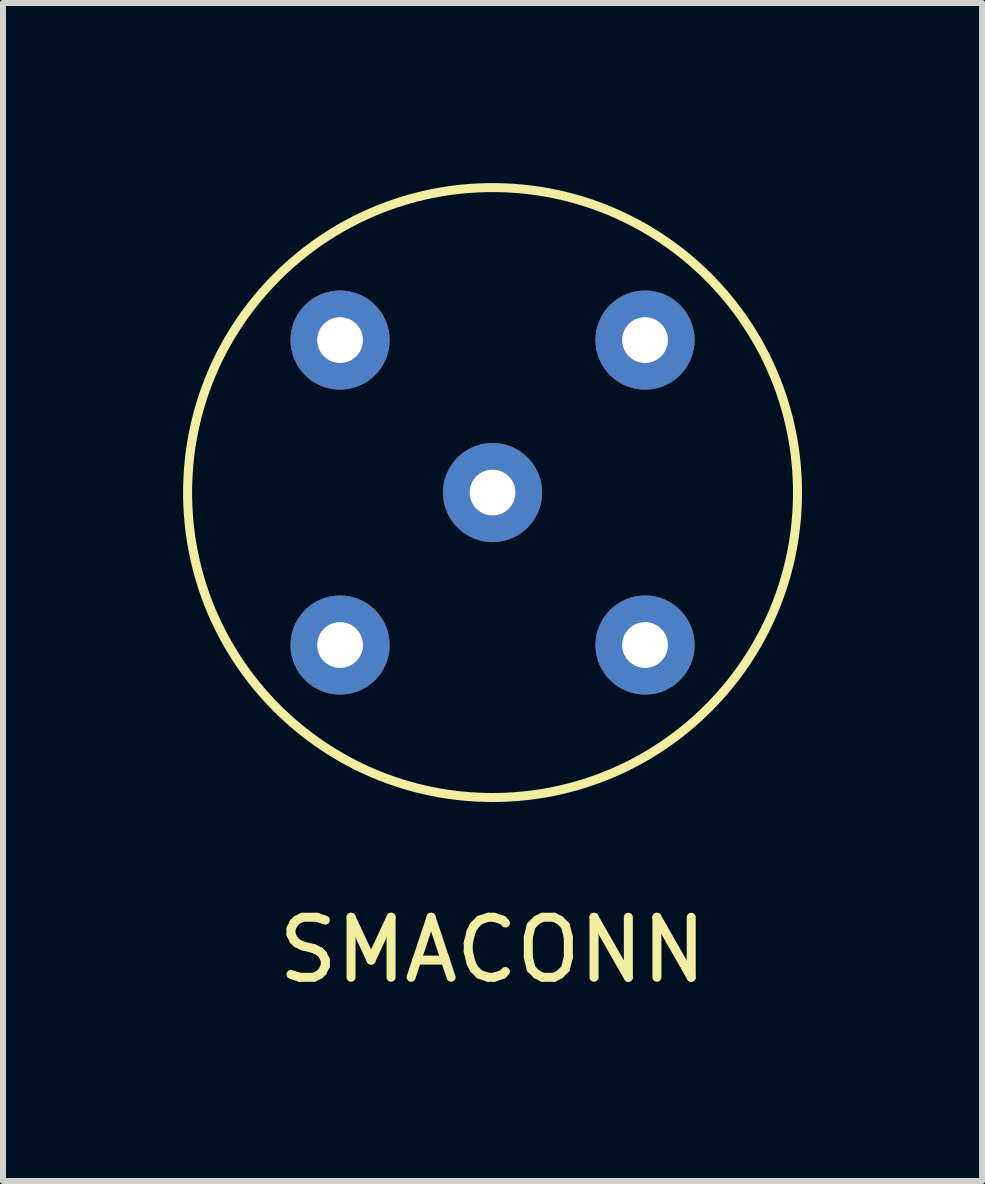
<source format=kicad_pcb>
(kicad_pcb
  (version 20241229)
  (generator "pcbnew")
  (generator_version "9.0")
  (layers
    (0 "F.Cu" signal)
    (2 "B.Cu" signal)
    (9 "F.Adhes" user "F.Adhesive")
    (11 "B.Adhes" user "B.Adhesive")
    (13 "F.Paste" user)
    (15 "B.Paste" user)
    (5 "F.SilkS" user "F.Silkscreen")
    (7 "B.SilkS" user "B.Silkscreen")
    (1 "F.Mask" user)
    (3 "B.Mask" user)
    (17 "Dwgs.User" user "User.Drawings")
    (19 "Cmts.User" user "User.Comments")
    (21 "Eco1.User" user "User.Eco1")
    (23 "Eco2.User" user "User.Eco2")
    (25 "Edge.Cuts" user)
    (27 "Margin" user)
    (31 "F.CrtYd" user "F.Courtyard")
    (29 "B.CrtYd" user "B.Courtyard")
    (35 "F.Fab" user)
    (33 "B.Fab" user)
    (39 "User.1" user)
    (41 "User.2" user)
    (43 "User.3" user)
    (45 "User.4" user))
  (footprint "SMACONN"
    (layer "F.Cu")
    (at 5.155 5.155)
    (property "Reference" "SMACONN" (at 0 7.62 0) (layer "F.SilkS") (effects (font (size 1 1) (thickness 0.15))))
    (attr through_hole)
    (fp_circle (center 0 0) (end 5.08 0) (stroke (width 0.15) (type solid)) (fill no) (layer "F.SilkS"))
    (pad "1" thru_hole circle (at 0 0) (size 1.651 1.651) (drill 0.762) (layers "*.Cu" "*.Mask"))
    (pad "2" thru_hole circle (at -2.54 -2.54) (size 1.651 1.651) (drill 0.762) (layers "*.Cu" "*.Mask"))
    (pad "2" thru_hole circle (at -2.54 2.54) (size 1.651 1.651) (drill 0.762) (layers "*.Cu" "*.Mask"))
    (pad "2" thru_hole circle (at 2.54 -2.54) (size 1.651 1.651) (drill 0.762) (layers "*.Cu" "*.Mask"))
    (pad "2" thru_hole circle (at 2.54 2.54) (size 1.651 1.651) (drill 0.762) (layers "*.Cu" "*.Mask")))
  (gr_rect
    (start -3 -3)
    (end 13.31 16.623)
    (stroke (width 0.1) (type default))
    (fill no)
    (layer "Edge.Cuts")))
</source>
